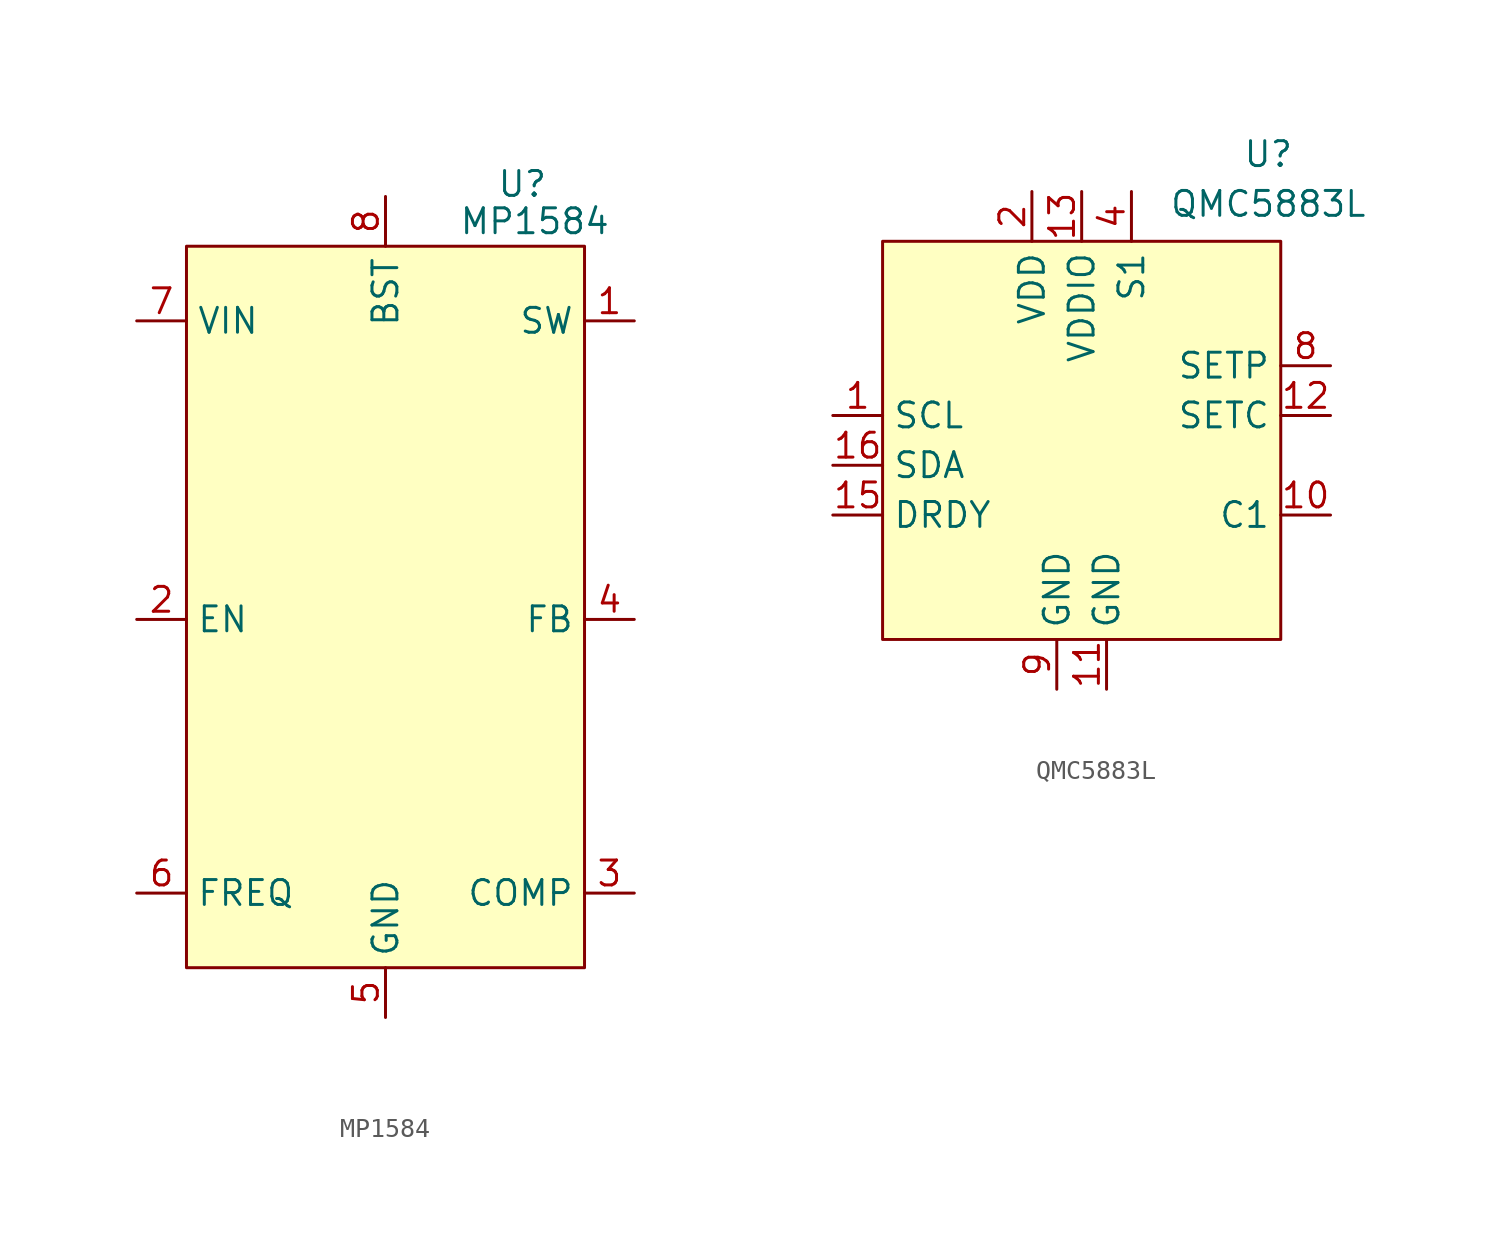
<source format=kicad_sym>
(kicad_symbol_lib
  (version 20211014)
  (generator kicad_symbol_editor)
  (symbol "MP1584"
    (property "Reference" "U"
      (at 6.985 22.225 0)
      (effects (font (size 1.27 1.27))))
    (property "Value" "MP1584"
      (at 7.62 20.32 0)
      (effects (font (size 1.27 1.27))))
    (symbol "MP1584_0_1"
      (rectangle (start -10.16 19.05) (end 10.16 -17.78) (stroke (width 0) (type default) (color 0 0 0 0)) (fill (type background))))
    (symbol "MP1584_1_1"
      (pin passive line (at 12.7 15.24 180) (length 2.54) (name "SW" (effects (font (size 1.27 1.27)))) (number "1" (effects (font (size 1.27 1.27)))))
      (pin passive line (at -12.7 0 0) (length 2.54) (name "EN" (effects (font (size 1.27 1.27)))) (number "2" (effects (font (size 1.27 1.27)))))
      (pin passive line (at 12.7 -13.97 180) (length 2.54) (name "COMP" (effects (font (size 1.27 1.27)))) (number "3" (effects (font (size 1.27 1.27)))))
      (pin passive line (at 12.7 0 180) (length 2.54) (name "FB" (effects (font (size 1.27 1.27)))) (number "4" (effects (font (size 1.27 1.27)))))
      (pin passive line (at 0 -20.32 90) (length 2.54) (name "GND" (effects (font (size 1.27 1.27)))) (number "5" (effects (font (size 1.27 1.27)))))
      (pin passive line (at -12.7 -13.97 0) (length 2.54) (name "FREQ" (effects (font (size 1.27 1.27)))) (number "6" (effects (font (size 1.27 1.27)))))
      (pin passive line (at -12.7 15.24 0) (length 2.54) (name "VIN" (effects (font (size 1.27 1.27)))) (number "7" (effects (font (size 1.27 1.27)))))
      (pin passive line (at 0 21.59 270) (length 2.54) (name "BST" (effects (font (size 1.27 1.27)))) (number "8" (effects (font (size 1.27 1.27)))))))
  (symbol "QMC5883L"
    (property "Reference" "U"
      (at 9.525 15.875 0)
      (effects (font (size 1.27 1.27))))
    (property "Value" "QMC5883L"
      (at 9.525 13.335 0)
      (effects (font (size 1.27 1.27))))
    (symbol "QMC5883L_0_1"
      (rectangle (start -10.16 11.43) (end 10.16 -8.89) (stroke (width 0) (type default) (color 0 0 0 0)) (fill (type background))))
    (symbol "QMC5883L_1_1"
      (pin input line (at -12.7 2.54 0) (length 2.54) (name "SCL" (effects (font (size 1.27 1.27)))) (number "1" (effects (font (size 1.27 1.27)))))
      (pin input line (at 12.7 -2.54 180) (length 2.54) (name "C1" (effects (font (size 1.27 1.27)))) (number "10" (effects (font (size 1.27 1.27)))))
      (pin input line (at 1.27 -11.43 90) (length 2.54) (name "GND" (effects (font (size 1.27 1.27)))) (number "11" (effects (font (size 1.27 1.27)))))
      (pin input line (at 12.7 2.54 180) (length 2.54) (name "SETC" (effects (font (size 1.27 1.27)))) (number "12" (effects (font (size 1.27 1.27)))))
      (pin input line (at 0 13.97 270) (length 2.54) (name "VDDIO" (effects (font (size 1.27 1.27)))) (number "13" (effects (font (size 1.27 1.27)))))
      (pin input line (at -12.7 -2.54 0) (length 2.54) (name "DRDY" (effects (font (size 1.27 1.27)))) (number "15" (effects (font (size 1.27 1.27)))))
      (pin input line (at -12.7 0 0) (length 2.54) (name "SDA" (effects (font (size 1.27 1.27)))) (number "16" (effects (font (size 1.27 1.27)))))
      (pin input line (at -2.54 13.97 270) (length 2.54) (name "VDD" (effects (font (size 1.27 1.27)))) (number "2" (effects (font (size 1.27 1.27)))))
      (pin input line (at 2.54 13.97 270) (length 2.54) (name "S1" (effects (font (size 1.27 1.27)))) (number "4" (effects (font (size 1.27 1.27)))))
      (pin input line (at 12.7 5.08 180) (length 2.54) (name "SETP" (effects (font (size 1.27 1.27)))) (number "8" (effects (font (size 1.27 1.27)))))
      (pin input line (at -1.27 -11.43 90) (length 2.54) (name "GND" (effects (font (size 1.27 1.27)))) (number "9" (effects (font (size 1.27 1.27))))))))
</source>
